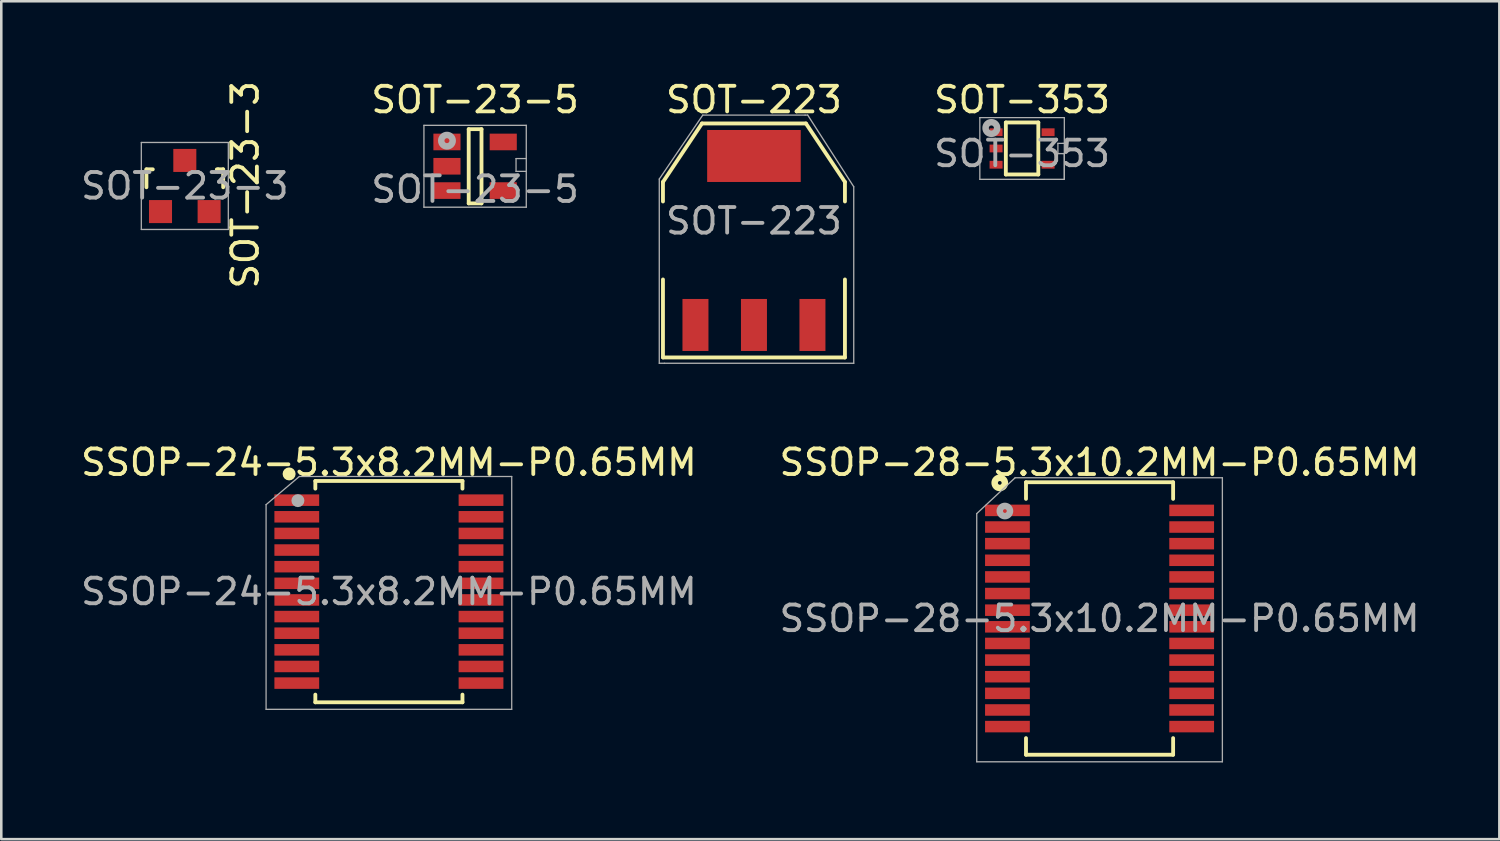
<source format=kicad_pcb>
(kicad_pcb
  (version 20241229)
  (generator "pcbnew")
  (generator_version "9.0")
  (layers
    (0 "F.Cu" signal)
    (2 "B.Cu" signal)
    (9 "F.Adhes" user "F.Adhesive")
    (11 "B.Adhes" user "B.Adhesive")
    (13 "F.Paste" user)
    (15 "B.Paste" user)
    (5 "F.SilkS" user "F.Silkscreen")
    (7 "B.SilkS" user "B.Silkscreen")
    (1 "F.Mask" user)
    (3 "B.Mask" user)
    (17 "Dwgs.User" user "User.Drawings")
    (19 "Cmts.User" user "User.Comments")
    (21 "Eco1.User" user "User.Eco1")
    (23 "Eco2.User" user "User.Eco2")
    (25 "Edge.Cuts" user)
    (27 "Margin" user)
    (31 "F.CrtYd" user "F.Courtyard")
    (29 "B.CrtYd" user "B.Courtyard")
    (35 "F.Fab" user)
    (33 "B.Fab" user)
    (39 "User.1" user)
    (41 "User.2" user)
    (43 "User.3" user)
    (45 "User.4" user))
  (footprint "SOT-23-5"
    (layer "F.Cu")
    (at 15.518 3.448)
    (property "Reference" "SOT-23-5" (at 0 0.9 180) (layer "F.Fab") (effects (font (size 1 1) (thickness 0.15))))
    (attr smd)
    (fp_line (start -0.25 -1.45) (end -0.25 1.45) (stroke (width 0.15) (type solid)) (layer "F.SilkS"))
    (fp_line (start -0.25 1.45) (end 0.25 1.45) (stroke (width 0.15) (type solid)) (layer "F.SilkS"))
    (fp_line (start 0.25 -1.45) (end -0.25 -1.45) (stroke (width 0.15) (type solid)) (layer "F.SilkS"))
    (fp_line (start 0.25 1.45) (end 0.25 -1.45) (stroke (width 0.15) (type solid)) (layer "F.SilkS"))
    (fp_line (start -2 -1.6) (end 2 -1.6) (stroke (width 0.051) (type solid)) (layer "F.Fab"))
    (fp_line (start -2 1.6) (end -2 -1.6) (stroke (width 0.051) (type solid)) (layer "F.Fab"))
    (fp_line (start 1.6 -0.3) (end 1.6 0.2) (stroke (width 0.05) (type solid)) (layer "F.Fab"))
    (fp_line (start 1.6 0.2) (end 2 0.2) (stroke (width 0.05) (type solid)) (layer "F.Fab"))
    (fp_line (start 2 -1.6) (end 2 1.6) (stroke (width 0.051) (type solid)) (layer "F.Fab"))
    (fp_line (start 2 -0.3) (end 1.6 -0.3) (stroke (width 0.05) (type solid)) (layer "F.Fab"))
    (fp_line (start 2 1.6) (end -2 1.6) (stroke (width 0.051) (type solid)) (layer "F.Fab"))
    (fp_circle (center -1.1 -1) (end -1 -0.8) (stroke (width 0.254) (type solid)) (fill no) (layer "F.Fab"))
    (fp_text user "${REFERENCE}" (at 0 -2.6 0) (layer "F.SilkS") (effects (font (size 1 1) (thickness 0.15))))
    (pad "1" smd rect (at -1.1 -0.95) (size 1.06 0.65) (layers "F.Cu" "F.Mask" "F.Paste"))
    (pad "2" smd rect (at -1.1 0) (size 1.06 0.65) (layers "F.Cu" "F.Mask" "F.Paste"))
    (pad "3" smd rect (at -1.1 0.95) (size 1.06 0.65) (layers "F.Cu" "F.Mask" "F.Paste"))
    (pad "4" smd rect (at 1.1 0.95) (size 1.06 0.65) (layers "F.Cu" "F.Mask" "F.Paste"))
    (pad "5" smd rect (at 1.1 -0.95) (size 1.06 0.65) (layers "F.Cu" "F.Mask" "F.Paste")))
  (footprint "SOT-353"
    (layer "F.Cu")
    (at 36.895 2.753)
    (property "Reference" "SOT-353" (at 0 0.2 0) (layer "F.Fab") (effects (font (size 1 1) (thickness 0.15))))
    (attr smd)
    (fp_line (start -0.635 -1.016) (end -0.635 1.016) (stroke (width 0.15) (type solid)) (layer "F.SilkS"))
    (fp_line (start -0.635 1.016) (end 0.635 1.016) (stroke (width 0.15) (type solid)) (layer "F.SilkS"))
    (fp_line (start 0.635 -1.016) (end -0.635 -1.016) (stroke (width 0.15) (type solid)) (layer "F.SilkS"))
    (fp_line (start 0.635 1.016) (end 0.635 -1.016) (stroke (width 0.15) (type solid)) (layer "F.SilkS"))
    (fp_line (start -1.651 -1.206) (end -1.651 1.206) (stroke (width 0.05) (type solid)) (layer "F.Fab"))
    (fp_line (start -1.651 1.206) (end 1.651 1.206) (stroke (width 0.05) (type solid)) (layer "F.Fab"))
    (fp_line (start 1.4 -0.2) (end 1.4 0.2) (stroke (width 0.05) (type solid)) (layer "F.Fab"))
    (fp_line (start 1.4 0.2) (end 1.6 0.2) (stroke (width 0.05) (type solid)) (layer "F.Fab"))
    (fp_line (start 1.6 -0.2) (end 1.4 -0.2) (stroke (width 0.05) (type solid)) (layer "F.Fab"))
    (fp_line (start 1.6 -0.2) (end 1.65 -0.2) (stroke (width 0.05) (type solid)) (layer "F.Fab"))
    (fp_line (start 1.6 0.2) (end 1.65 0.2) (stroke (width 0.05) (type solid)) (layer "F.Fab"))
    (fp_line (start 1.651 -1.206) (end -1.651 -1.206) (stroke (width 0.05) (type solid)) (layer "F.Fab"))
    (fp_line (start 1.651 1.206) (end 1.651 -1.206) (stroke (width 0.05) (type solid)) (layer "F.Fab"))
    (fp_line (start 1.651 1.206) (end 1.651 0.191) (stroke (width 0.05) (type solid)) (layer "F.Fab"))
    (fp_circle (center -1.2 -0.8) (end -1.2 -0.7) (stroke (width 0.254) (type solid)) (fill no) (layer "F.Fab"))
    (fp_text user "${REFERENCE}" (at 0 -1.905 0) (layer "F.SilkS") (effects (font (size 1 1) (thickness 0.15))))
    (pad "1" smd rect (at -1.016 -0.635) (size 0.508 0.305) (layers "F.Cu" "F.Mask" "F.Paste"))
    (pad "2" smd rect (at -1.016 0) (size 0.508 0.305) (layers "F.Cu" "F.Mask" "F.Paste"))
    (pad "3" smd rect (at -1.016 0.635) (size 0.508 0.305) (layers "F.Cu" "F.Mask" "F.Paste"))
    (pad "4" smd rect (at 1.016 0.635) (size 0.508 0.305) (layers "F.Cu" "F.Mask" "F.Paste"))
    (pad "5" smd rect (at 1.016 -0.635) (size 0.508 0.305) (layers "F.Cu" "F.Mask" "F.Paste")))
  (footprint "SOT-223"
    (layer "F.Cu")
    (at 26.416 6.348)
    (property "Reference" "SOT-223" (at 0 -0.762 0) (layer "F.Fab") (effects (font (size 1 1) (thickness 0.15))))
    (attr smd)
    (fp_line (start -3.556 -2.286) (end -2.032 -4.572) (stroke (width 0.15) (type solid)) (layer "F.SilkS"))
    (fp_line (start -3.556 -1.524) (end -3.556 -2.286) (stroke (width 0.15) (type solid)) (layer "F.SilkS"))
    (fp_line (start -3.556 1.524) (end -3.556 4.572) (stroke (width 0.15) (type solid)) (layer "F.SilkS"))
    (fp_line (start -3.556 4.572) (end 3.556 4.572) (stroke (width 0.15) (type solid)) (layer "F.SilkS"))
    (fp_line (start -2.032 -4.572) (end 2.032 -4.572) (stroke (width 0.15) (type solid)) (layer "F.SilkS"))
    (fp_line (start 2.032 -4.572) (end 3.556 -2.286) (stroke (width 0.15) (type solid)) (layer "F.SilkS"))
    (fp_line (start 3.556 -2.286) (end 3.556 -1.524) (stroke (width 0.15) (type solid)) (layer "F.SilkS"))
    (fp_line (start 3.556 4.572) (end 3.556 1.524) (stroke (width 0.15) (type solid)) (layer "F.SilkS"))
    (fp_line (start -3.7 -2.4) (end -2 -4.9) (stroke (width 0.051) (type solid)) (layer "F.Fab"))
    (fp_line (start -3.7 4.8) (end -3.7 -2.4) (stroke (width 0.051) (type solid)) (layer "F.Fab"))
    (fp_line (start -3.5 4.8) (end -3.7 4.8) (stroke (width 0.051) (type solid)) (layer "F.Fab"))
    (fp_line (start -2 -4.9) (end 2 -4.9) (stroke (width 0.051) (type solid)) (layer "F.Fab"))
    (fp_line (start 2 -4.9) (end 2.1 -4.9) (stroke (width 0.051) (type solid)) (layer "F.Fab"))
    (fp_line (start 2.1 -4.9) (end 3.9 -2.1) (stroke (width 0.051) (type solid)) (layer "F.Fab"))
    (fp_line (start 3.9 -2.1) (end 3.9 4.8) (stroke (width 0.051) (type solid)) (layer "F.Fab"))
    (fp_line (start 3.9 4.8) (end -3.5 4.8) (stroke (width 0.051) (type solid)) (layer "F.Fab"))
    (fp_text user "${REFERENCE}" (at 0 -5.5 0) (layer "F.SilkS") (effects (font (size 1 1) (thickness 0.15))))
    (pad "1" smd rect (at -2.286 3.302) (size 1.016 2.032) (layers "F.Cu" "F.Mask" "F.Paste"))
    (pad "2" smd rect (at 0 3.302) (size 1.016 2.032) (layers "F.Cu" "F.Mask" "F.Paste"))
    (pad "3" smd rect (at 2.286 3.302) (size 1.016 2.032) (layers "F.Cu" "F.Mask" "F.Paste"))
    (pad "4" smd rect (at 0 -3.302) (size 3.658 2.032) (layers "F.Cu" "F.Mask" "F.Paste")))
  (footprint "SSOP-24-5.3x8.2MM-P0.65MM"
    (layer "F.Cu")
    (at 12.149 20.072)
    (property "Reference" "SSOP-24-5.3x8.2MM-P0.65MM" (at 0 0 0) (layer "F.Fab") (effects (font (size 1 1) (thickness 0.15))))
    (attr smd)
    (fp_line (start -2.875 -4.325) (end -2.875 -4.025) (stroke (width 0.15) (type solid)) (layer "F.SilkS"))
    (fp_line (start -2.875 -4.325) (end 2.875 -4.325) (stroke (width 0.15) (type solid)) (layer "F.SilkS"))
    (fp_line (start -2.875 4.325) (end -2.875 4.025) (stroke (width 0.15) (type solid)) (layer "F.SilkS"))
    (fp_line (start -2.875 4.325) (end 2.875 4.325) (stroke (width 0.15) (type solid)) (layer "F.SilkS"))
    (fp_line (start 2.875 -4.325) (end 2.875 -4.025) (stroke (width 0.15) (type solid)) (layer "F.SilkS"))
    (fp_line (start 2.875 4.325) (end 2.875 4.025) (stroke (width 0.15) (type solid)) (layer "F.SilkS"))
    (fp_circle (center -3.9 -4.6) (end -3.9 -4.473) (stroke (width 0.254) (type solid)) (fill no) (layer "F.SilkS"))
    (fp_line (start -4.8 -3.4) (end -4.8 4.6) (stroke (width 0.05) (type solid)) (layer "F.Fab"))
    (fp_line (start -4.8 -3.4) (end -3.5 -4.5) (stroke (width 0.05) (type solid)) (layer "F.Fab"))
    (fp_line (start -4.8 4.6) (end 4.8 4.6) (stroke (width 0.05) (type solid)) (layer "F.Fab"))
    (fp_line (start 4.8 -4.5) (end -3.5 -4.5) (stroke (width 0.05) (type solid)) (layer "F.Fab"))
    (fp_line (start 4.8 4.6) (end 4.8 -4.5) (stroke (width 0.05) (type solid)) (layer "F.Fab"))
    (fp_circle (center -3.556 -3.556) (end -3.556 -3.429) (stroke (width 0.254) (type solid)) (fill no) (layer "F.Fab"))
    (fp_text user "${REFERENCE}" (at 0 -5.05 180) (layer "F.SilkS") (effects (font (size 1 1) (thickness 0.15))))
    (pad "1" smd rect (at -3.6 -3.575) (size 1.75 0.45) (layers "F.Cu" "F.Mask" "F.Paste"))
    (pad "2" smd rect (at -3.6 -2.925) (size 1.75 0.45) (layers "F.Cu" "F.Mask" "F.Paste"))
    (pad "3" smd rect (at -3.6 -2.275) (size 1.75 0.45) (layers "F.Cu" "F.Mask" "F.Paste"))
    (pad "4" smd rect (at -3.6 -1.625) (size 1.75 0.45) (layers "F.Cu" "F.Mask" "F.Paste"))
    (pad "5" smd rect (at -3.6 -0.975) (size 1.75 0.45) (layers "F.Cu" "F.Mask" "F.Paste"))
    (pad "6" smd rect (at -3.6 -0.325) (size 1.75 0.45) (layers "F.Cu" "F.Mask" "F.Paste"))
    (pad "7" smd rect (at -3.6 0.325) (size 1.75 0.45) (layers "F.Cu" "F.Mask" "F.Paste"))
    (pad "8" smd rect (at -3.6 0.975) (size 1.75 0.45) (layers "F.Cu" "F.Mask" "F.Paste"))
    (pad "9" smd rect (at -3.6 1.625) (size 1.75 0.45) (layers "F.Cu" "F.Mask" "F.Paste"))
    (pad "10" smd rect (at -3.6 2.275) (size 1.75 0.45) (layers "F.Cu" "F.Mask" "F.Paste"))
    (pad "11" smd rect (at -3.6 2.925) (size 1.75 0.45) (layers "F.Cu" "F.Mask" "F.Paste"))
    (pad "12" smd rect (at -3.6 3.575) (size 1.75 0.45) (layers "F.Cu" "F.Mask" "F.Paste"))
    (pad "13" smd rect (at 3.6 3.575) (size 1.75 0.45) (layers "F.Cu" "F.Mask" "F.Paste"))
    (pad "14" smd rect (at 3.6 2.925) (size 1.75 0.45) (layers "F.Cu" "F.Mask" "F.Paste"))
    (pad "15" smd rect (at 3.6 2.275) (size 1.75 0.45) (layers "F.Cu" "F.Mask" "F.Paste"))
    (pad "16" smd rect (at 3.6 1.625) (size 1.75 0.45) (layers "F.Cu" "F.Mask" "F.Paste"))
    (pad "17" smd rect (at 3.6 0.975) (size 1.75 0.45) (layers "F.Cu" "F.Mask" "F.Paste"))
    (pad "18" smd rect (at 3.6 0.325) (size 1.75 0.45) (layers "F.Cu" "F.Mask" "F.Paste"))
    (pad "19" smd rect (at 3.6 -0.325) (size 1.75 0.45) (layers "F.Cu" "F.Mask" "F.Paste"))
    (pad "20" smd rect (at 3.6 -0.975) (size 1.75 0.45) (layers "F.Cu" "F.Mask" "F.Paste"))
    (pad "21" smd rect (at 3.6 -1.625) (size 1.75 0.45) (layers "F.Cu" "F.Mask" "F.Paste"))
    (pad "22" smd rect (at 3.6 -2.275) (size 1.75 0.45) (layers "F.Cu" "F.Mask" "F.Paste"))
    (pad "23" smd rect (at 3.6 -2.925) (size 1.75 0.45) (layers "F.Cu" "F.Mask" "F.Paste"))
    (pad "24" smd rect (at 3.6 -3.575) (size 1.75 0.45) (layers "F.Cu" "F.Mask" "F.Paste")))
  (footprint "SOT-23-3"
    (layer "F.Cu")
    (at 4.173 4.218)
    (property "Reference" "SOT-23-3" (at 0 0 180) (layer "F.Fab") (effects (font (size 1 1) (thickness 0.15))))
    (attr smd)
    (fp_line (start -1.5 -0.65) (end -1.251 -0.65) (stroke (width 0.15) (type solid)) (layer "F.SilkS"))
    (fp_line (start -1.5 0.051) (end -1.5 -0.65) (stroke (width 0.15) (type solid)) (layer "F.SilkS"))
    (fp_line (start 1.299 -0.65) (end 1.251 -0.65) (stroke (width 0.15) (type solid)) (layer "F.SilkS"))
    (fp_line (start 1.299 -0.65) (end 1.5 -0.65) (stroke (width 0.15) (type solid)) (layer "F.SilkS"))
    (fp_line (start 1.5 -0.65) (end 1.5 0.051) (stroke (width 0.15) (type solid)) (layer "F.SilkS"))
    (fp_line (start -1.7 -1.7) (end -1.7 1.7) (stroke (width 0.05) (type solid)) (layer "F.Fab"))
    (fp_line (start -1.7 1.7) (end 1.7 1.7) (stroke (width 0.05) (type solid)) (layer "F.Fab"))
    (fp_line (start 1.7 -1.7) (end -1.7 -1.7) (stroke (width 0.05) (type solid)) (layer "F.Fab"))
    (fp_line (start 1.7 1.7) (end 1.7 -1.7) (stroke (width 0.05) (type solid)) (layer "F.Fab"))
    (fp_text user "${REFERENCE}" (at 2.362 -0.046 90) (layer "F.SilkS") (effects (font (size 1 1) (thickness 0.15))))
    (pad "1" smd rect (at -0.95 1.001) (size 0.9 0.9) (layers "F.Cu" "F.Mask" "F.Paste"))
    (pad "2" smd rect (at 0.95 1.001) (size 0.9 0.9) (layers "F.Cu" "F.Mask" "F.Paste"))
    (pad "3" smd rect (at 0 -0.998) (size 0.9 0.9) (layers "F.Cu" "F.Mask" "F.Paste")))
  (footprint "SSOP-28-5.3x10.2MM-P0.65MM"
    (layer "F.Cu")
    (at 39.923 21.122)
    (property "Reference" "SSOP-28-5.3x10.2MM-P0.65MM" (at 0 0 0) (layer "F.Fab") (effects (font (size 1 1) (thickness 0.15))))
    (attr smd)
    (fp_line (start -2.875 -5.325) (end -2.875 -4.675) (stroke (width 0.15) (type solid)) (layer "F.SilkS"))
    (fp_line (start -2.875 -5.325) (end 2.875 -5.325) (stroke (width 0.15) (type solid)) (layer "F.SilkS"))
    (fp_line (start -2.875 5.325) (end -2.875 4.675) (stroke (width 0.15) (type solid)) (layer "F.SilkS"))
    (fp_line (start -2.875 5.325) (end 2.875 5.325) (stroke (width 0.15) (type solid)) (layer "F.SilkS"))
    (fp_line (start 2.875 -5.325) (end 2.875 -4.675) (stroke (width 0.15) (type solid)) (layer "F.SilkS"))
    (fp_line (start 2.875 5.325) (end 2.875 4.675) (stroke (width 0.15) (type solid)) (layer "F.SilkS"))
    (fp_circle (center -3.9 -5.3) (end -3.9 -5.1) (stroke (width 0.254) (type solid)) (fill no) (layer "F.SilkS"))
    (fp_line (start -4.8 -4.1) (end -4.8 5.6) (stroke (width 0.051) (type solid)) (layer "F.Fab"))
    (fp_line (start -4.8 -4.1) (end -3.3 -5.5) (stroke (width 0.05) (type solid)) (layer "F.Fab"))
    (fp_line (start -4.8 5.6) (end 4.8 5.6) (stroke (width 0.051) (type solid)) (layer "F.Fab"))
    (fp_line (start 4.8 -5.5) (end -3.3 -5.5) (stroke (width 0.051) (type solid)) (layer "F.Fab"))
    (fp_line (start 4.8 5.6) (end 4.8 -5.5) (stroke (width 0.051) (type solid)) (layer "F.Fab"))
    (fp_circle (center -3.7 -4.2) (end -3.7 -4) (stroke (width 0.254) (type solid)) (fill no) (layer "F.Fab"))
    (fp_text user "${REFERENCE}" (at 0 -6.1 0) (layer "F.SilkS") (effects (font (size 1 1) (thickness 0.15))))
    (pad "1" smd rect (at -3.6 -4.225) (size 1.75 0.45) (layers "F.Cu" "F.Mask" "F.Paste"))
    (pad "2" smd rect (at -3.6 -3.575) (size 1.75 0.45) (layers "F.Cu" "F.Mask" "F.Paste"))
    (pad "3" smd rect (at -3.6 -2.925) (size 1.75 0.45) (layers "F.Cu" "F.Mask" "F.Paste"))
    (pad "4" smd rect (at -3.6 -2.275) (size 1.75 0.45) (layers "F.Cu" "F.Mask" "F.Paste"))
    (pad "5" smd rect (at -3.6 -1.625) (size 1.75 0.45) (layers "F.Cu" "F.Mask" "F.Paste"))
    (pad "6" smd rect (at -3.6 -0.975) (size 1.75 0.45) (layers "F.Cu" "F.Mask" "F.Paste"))
    (pad "7" smd rect (at -3.6 -0.325) (size 1.75 0.45) (layers "F.Cu" "F.Mask" "F.Paste"))
    (pad "8" smd rect (at -3.6 0.325) (size 1.75 0.45) (layers "F.Cu" "F.Mask" "F.Paste"))
    (pad "9" smd rect (at -3.6 0.975) (size 1.75 0.45) (layers "F.Cu" "F.Mask" "F.Paste"))
    (pad "10" smd rect (at -3.6 1.625) (size 1.75 0.45) (layers "F.Cu" "F.Mask" "F.Paste"))
    (pad "11" smd rect (at -3.6 2.275) (size 1.75 0.45) (layers "F.Cu" "F.Mask" "F.Paste"))
    (pad "12" smd rect (at -3.6 2.925) (size 1.75 0.45) (layers "F.Cu" "F.Mask" "F.Paste"))
    (pad "13" smd rect (at -3.6 3.575) (size 1.75 0.45) (layers "F.Cu" "F.Mask" "F.Paste"))
    (pad "14" smd rect (at -3.6 4.225) (size 1.75 0.45) (layers "F.Cu" "F.Mask" "F.Paste"))
    (pad "15" smd rect (at 3.6 4.225) (size 1.75 0.45) (layers "F.Cu" "F.Mask" "F.Paste"))
    (pad "16" smd rect (at 3.6 3.575) (size 1.75 0.45) (layers "F.Cu" "F.Mask" "F.Paste"))
    (pad "17" smd rect (at 3.6 2.925) (size 1.75 0.45) (layers "F.Cu" "F.Mask" "F.Paste"))
    (pad "18" smd rect (at 3.6 2.275) (size 1.75 0.45) (layers "F.Cu" "F.Mask" "F.Paste"))
    (pad "19" smd rect (at 3.6 1.625) (size 1.75 0.45) (layers "F.Cu" "F.Mask" "F.Paste"))
    (pad "20" smd rect (at 3.6 0.975) (size 1.75 0.45) (layers "F.Cu" "F.Mask" "F.Paste"))
    (pad "21" smd rect (at 3.6 0.325) (size 1.75 0.45) (layers "F.Cu" "F.Mask" "F.Paste"))
    (pad "22" smd rect (at 3.6 -0.325) (size 1.75 0.45) (layers "F.Cu" "F.Mask" "F.Paste"))
    (pad "23" smd rect (at 3.6 -0.975) (size 1.75 0.45) (layers "F.Cu" "F.Mask" "F.Paste"))
    (pad "24" smd rect (at 3.6 -1.625) (size 1.75 0.45) (layers "F.Cu" "F.Mask" "F.Paste"))
    (pad "25" smd rect (at 3.6 -2.275) (size 1.75 0.45) (layers "F.Cu" "F.Mask" "F.Paste"))
    (pad "26" smd rect (at 3.6 -2.925) (size 1.75 0.45) (layers "F.Cu" "F.Mask" "F.Paste"))
    (pad "27" smd rect (at 3.6 -3.575) (size 1.75 0.45) (layers "F.Cu" "F.Mask" "F.Paste"))
    (pad "28" smd rect (at 3.6 -4.225) (size 1.75 0.45) (layers "F.Cu" "F.Mask" "F.Paste")))
  (gr_rect
    (start -3 -3)
    (end 55.548 29.747)
    (stroke (width 0.1) (type default))
    (fill no)
    (layer "Edge.Cuts")))
</source>
